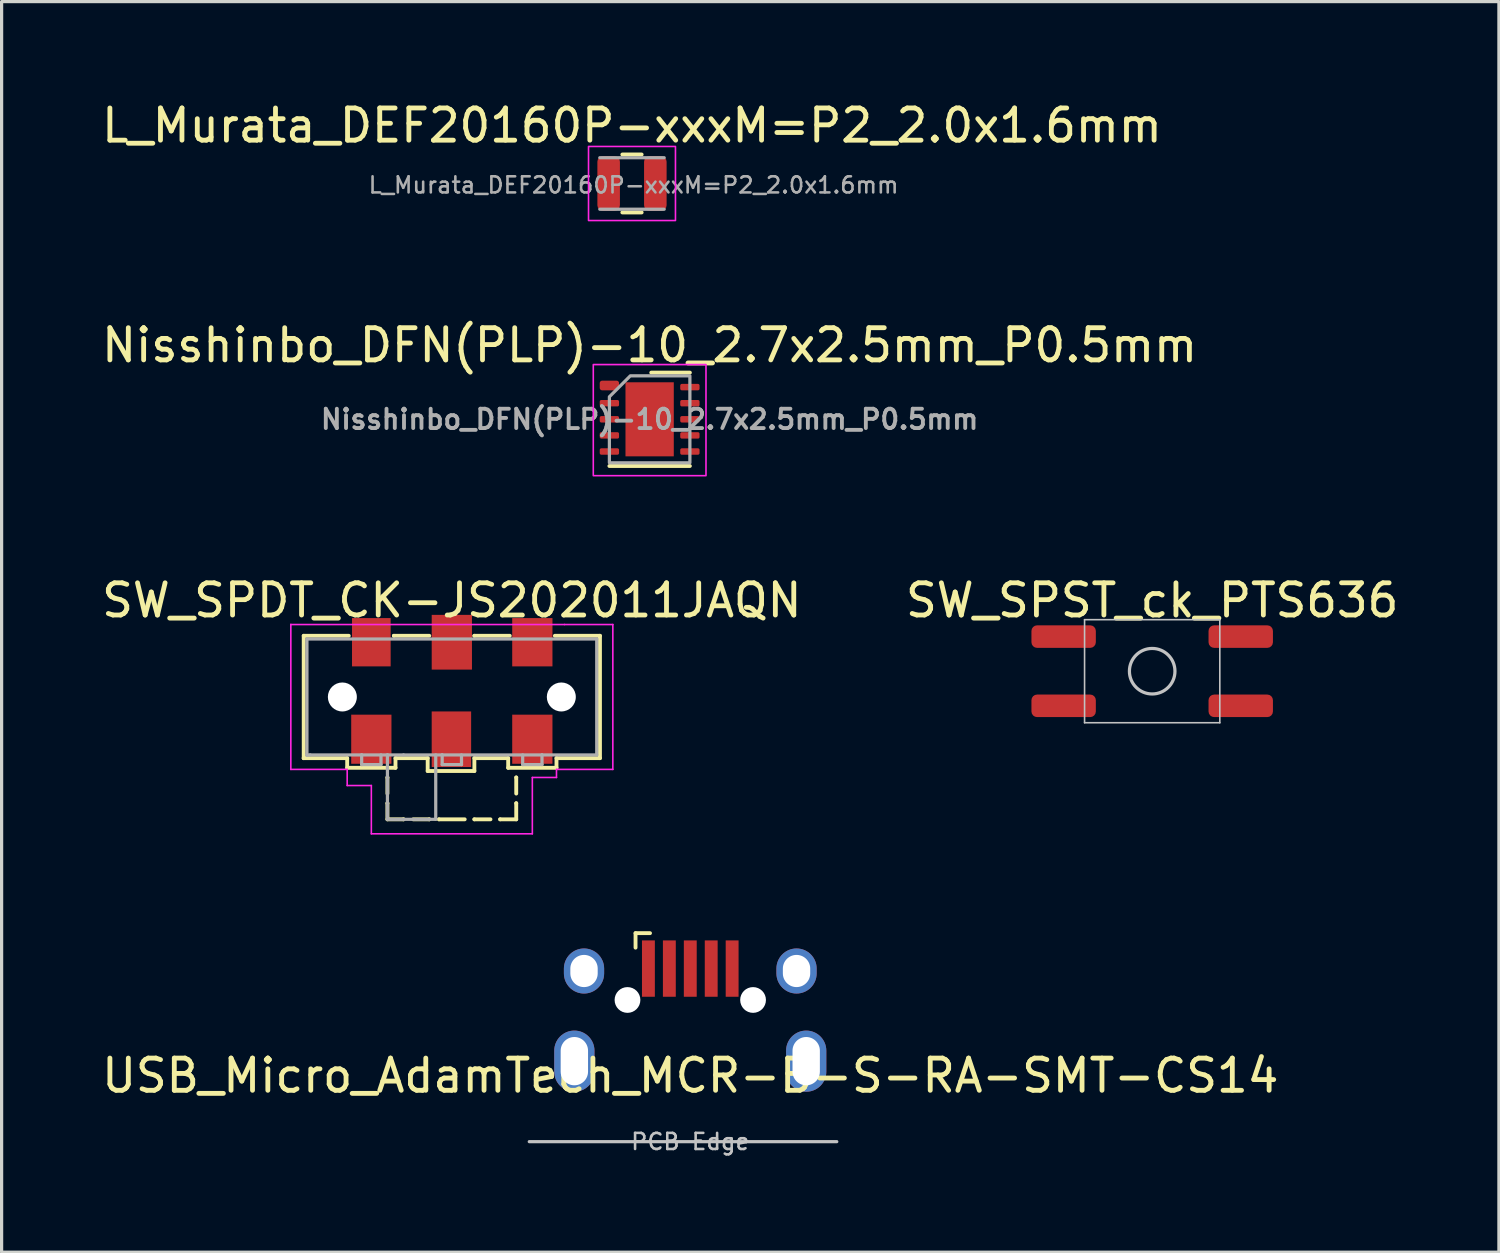
<source format=kicad_pcb>
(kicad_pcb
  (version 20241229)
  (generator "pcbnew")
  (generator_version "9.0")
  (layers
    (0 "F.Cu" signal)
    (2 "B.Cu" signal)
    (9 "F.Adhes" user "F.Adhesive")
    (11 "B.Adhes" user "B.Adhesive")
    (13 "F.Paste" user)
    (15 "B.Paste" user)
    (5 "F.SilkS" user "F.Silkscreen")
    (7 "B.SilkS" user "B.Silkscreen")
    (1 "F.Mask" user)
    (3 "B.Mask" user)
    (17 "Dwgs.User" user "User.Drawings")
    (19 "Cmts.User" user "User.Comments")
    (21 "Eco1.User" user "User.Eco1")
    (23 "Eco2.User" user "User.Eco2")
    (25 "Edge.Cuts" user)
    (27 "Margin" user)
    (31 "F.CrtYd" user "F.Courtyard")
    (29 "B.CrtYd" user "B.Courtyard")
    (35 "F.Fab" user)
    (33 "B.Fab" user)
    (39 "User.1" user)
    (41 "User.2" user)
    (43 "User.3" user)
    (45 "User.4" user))
  (footprint "SW_SPST_ck_PTS636"
    (layer "F.Cu")
    (at 32.732 17.795)
    (property "Reference" "SW_SPST_ck_PTS636" (at 0 -2.2 0) (unlocked yes) (layer "F.SilkS") (effects (font (size 1 1) (thickness 0.15))))
    (attr smd)
    (fp_line (start -2.1 -1.6) (end -2.1 1.6) (stroke (width 0.05) (type solid)) (layer "Dwgs.User"))
    (fp_line (start 2.1 -1.6) (end -2.1 -1.6) (stroke (width 0.05) (type solid)) (layer "Dwgs.User"))
    (fp_line (start 2.1 -1.6) (end 2.1 1.6) (stroke (width 0.05) (type solid)) (layer "Dwgs.User"))
    (fp_line (start 2.1 1.6) (end -2.1 1.6) (stroke (width 0.05) (type solid)) (layer "Dwgs.User"))
    (fp_circle (center 0 0) (end 0.707 0) (stroke (width 0.1) (type solid)) (fill no) (layer "Dwgs.User"))
    (pad "1" smd roundrect (at -2.75 -1.075) (size 2 0.7) (layers "F.Cu" "F.Mask" "F.Paste") (roundrect_rratio 0.25))
    (pad "1" smd roundrect (at 2.75 -1.075) (size 2 0.7) (layers "F.Cu" "F.Mask" "F.Paste") (roundrect_rratio 0.25))
    (pad "2" smd roundrect (at -2.75 1.075) (size 2 0.7) (layers "F.Cu" "F.Mask" "F.Paste") (roundrect_rratio 0.25))
    (pad "2" smd roundrect (at 2.75 1.075) (size 2 0.7) (layers "F.Cu" "F.Mask" "F.Paste") (roundrect_rratio 0.25)))
  (footprint "SW_SPDT_CK-JS202011JAQN"
    (layer "F.Cu")
    (at 10.982 18.595)
    (property "Reference" "SW_SPDT_CK-JS202011JAQN" (at 0 -3 0) (unlocked yes) (layer "F.SilkS") (effects (font (size 1 1) (thickness 0.15))))
    (attr smd)
    (fp_line (start -4.6 -1.9) (end -3.2 -1.9) (stroke (width 0.12) (type solid)) (layer "F.SilkS"))
    (fp_line (start -4.6 1.9) (end -4.6 -1.9) (stroke (width 0.12) (type solid)) (layer "F.SilkS"))
    (fp_line (start -4.6 1.9) (end -4.6 1.9) (stroke (width 0.12) (type solid)) (layer "F.SilkS"))
    (fp_line (start -3.25 1.9) (end -4.6 1.9) (stroke (width 0.12) (type solid)) (layer "F.SilkS"))
    (fp_line (start -3.25 2.2) (end -3.25 1.9) (stroke (width 0.12) (type solid)) (layer "F.SilkS"))
    (fp_line (start -2 2.5) (end -2 2.5) (stroke (width 0.12) (type solid)) (layer "F.SilkS"))
    (fp_line (start -2 3) (end -2 2.5) (stroke (width 0.12) (type solid)) (layer "F.SilkS"))
    (fp_line (start -2 3.3) (end -2 3.3) (stroke (width 0.12) (type solid)) (layer "F.SilkS"))
    (fp_line (start -2 3.8) (end -2 3.3) (stroke (width 0.12) (type solid)) (layer "F.SilkS"))
    (fp_line (start -2 3.8) (end -1.5 3.8) (stroke (width 0.12) (type solid)) (layer "F.SilkS"))
    (fp_line (start -1.8 -1.9) (end -1.8 -1.9) (stroke (width 0.12) (type solid)) (layer "F.SilkS"))
    (fp_line (start -1.75 1.9) (end -1.75 2.2) (stroke (width 0.12) (type solid)) (layer "F.SilkS"))
    (fp_line (start -1.75 2.2) (end -3.25 2.2) (stroke (width 0.12) (type solid)) (layer "F.SilkS"))
    (fp_line (start -1.5 3.8) (end -1.5 3.8) (stroke (width 0.12) (type solid)) (layer "F.SilkS"))
    (fp_line (start -1.2 3.8) (end -0.7 3.8) (stroke (width 0.12) (type solid)) (layer "F.SilkS"))
    (fp_line (start -0.75 1.9) (end -1.75 1.9) (stroke (width 0.12) (type solid)) (layer "F.SilkS"))
    (fp_line (start -0.75 2.3) (end -0.75 1.9) (stroke (width 0.12) (type solid)) (layer "F.SilkS"))
    (fp_line (start -0.7 -1.9) (end -1.8 -1.9) (stroke (width 0.12) (type solid)) (layer "F.SilkS"))
    (fp_line (start -0.7 3.8) (end -0.7 3.8) (stroke (width 0.12) (type solid)) (layer "F.SilkS"))
    (fp_line (start -0.4 3.8) (end -0.4 3.8) (stroke (width 0.12) (type solid)) (layer "F.SilkS"))
    (fp_line (start 0.4 3.8) (end -0.4 3.8) (stroke (width 0.12) (type solid)) (layer "F.SilkS"))
    (fp_line (start 0.7 -1.9) (end 0.7 -1.9) (stroke (width 0.12) (type solid)) (layer "F.SilkS"))
    (fp_line (start 0.7 1.9) (end 0.7 2.3) (stroke (width 0.12) (type solid)) (layer "F.SilkS"))
    (fp_line (start 0.7 2.3) (end -0.75 2.3) (stroke (width 0.12) (type solid)) (layer "F.SilkS"))
    (fp_line (start 0.7 3.8) (end 0.7 3.8) (stroke (width 0.12) (type solid)) (layer "F.SilkS"))
    (fp_line (start 1.2 3.8) (end 0.7 3.8) (stroke (width 0.12) (type solid)) (layer "F.SilkS"))
    (fp_line (start 1.5 3.8) (end 1.5 3.8) (stroke (width 0.12) (type solid)) (layer "F.SilkS"))
    (fp_line (start 1.75 1.9) (end 0.7 1.9) (stroke (width 0.12) (type solid)) (layer "F.SilkS"))
    (fp_line (start 1.75 2.2) (end 1.75 1.9) (stroke (width 0.12) (type solid)) (layer "F.SilkS"))
    (fp_line (start 1.8 -1.9) (end 0.7 -1.9) (stroke (width 0.12) (type solid)) (layer "F.SilkS"))
    (fp_line (start 2 2.5) (end 2 2.5) (stroke (width 0.12) (type solid)) (layer "F.SilkS"))
    (fp_line (start 2 3) (end 2 2.5) (stroke (width 0.12) (type solid)) (layer "F.SilkS"))
    (fp_line (start 2 3.3) (end 2 3.3) (stroke (width 0.12) (type solid)) (layer "F.SilkS"))
    (fp_line (start 2 3.8) (end 1.5 3.8) (stroke (width 0.12) (type solid)) (layer "F.SilkS"))
    (fp_line (start 2 3.8) (end 2 3.3) (stroke (width 0.12) (type solid)) (layer "F.SilkS"))
    (fp_line (start 3.2 -1.9) (end 4.6 -1.9) (stroke (width 0.12) (type solid)) (layer "F.SilkS"))
    (fp_line (start 3.25 1.9) (end 3.25 2.2) (stroke (width 0.12) (type solid)) (layer "F.SilkS"))
    (fp_line (start 3.25 2.2) (end 1.75 2.2) (stroke (width 0.12) (type solid)) (layer "F.SilkS"))
    (fp_line (start 4.6 -1.9) (end 4.6 1.9) (stroke (width 0.12) (type solid)) (layer "F.SilkS"))
    (fp_line (start 4.6 1.9) (end 3.25 1.9) (stroke (width 0.12) (type solid)) (layer "F.SilkS"))
    (fp_line (start -5 -2.25) (end -5 -2.25) (stroke (width 0.05) (type solid)) (layer "F.CrtYd"))
    (fp_line (start -5 -2.25) (end -5 2.25) (stroke (width 0.05) (type solid)) (layer "F.CrtYd"))
    (fp_line (start -5 2.25) (end -3.25 2.25) (stroke (width 0.05) (type solid)) (layer "F.CrtYd"))
    (fp_line (start -3.25 2.25) (end -3.25 2.75) (stroke (width 0.05) (type solid)) (layer "F.CrtYd"))
    (fp_line (start -3.25 2.75) (end -2.5 2.75) (stroke (width 0.05) (type solid)) (layer "F.CrtYd"))
    (fp_line (start -2.5 2.75) (end -2.5 4.25) (stroke (width 0.05) (type solid)) (layer "F.CrtYd"))
    (fp_line (start -2.5 4.25) (end 2.5 4.25) (stroke (width 0.05) (type solid)) (layer "F.CrtYd"))
    (fp_line (start 2.5 2.5) (end 3.25 2.5) (stroke (width 0.05) (type solid)) (layer "F.CrtYd"))
    (fp_line (start 2.5 4.25) (end 2.5 2.5) (stroke (width 0.05) (type solid)) (layer "F.CrtYd"))
    (fp_line (start 3.25 2.25) (end 5 2.25) (stroke (width 0.05) (type solid)) (layer "F.CrtYd"))
    (fp_line (start 3.25 2.5) (end 3.25 2.25) (stroke (width 0.05) (type solid)) (layer "F.CrtYd"))
    (fp_line (start 3.5 -2.25) (end -5 -2.25) (stroke (width 0.05) (type solid)) (layer "F.CrtYd"))
    (fp_line (start 5 -2.25) (end 3.5 -2.25) (stroke (width 0.05) (type solid)) (layer "F.CrtYd"))
    (fp_line (start 5 2.25) (end 5 -2.25) (stroke (width 0.05) (type solid)) (layer "F.CrtYd"))
    (fp_line (start -4.5 -1.8) (end -4.5 1.8) (stroke (width 0.1) (type solid)) (layer "F.Fab"))
    (fp_line (start -4.5 -1.8) (end 4.5 -1.8) (stroke (width 0.1) (type solid)) (layer "F.Fab"))
    (fp_line (start -4.5 1.8) (end -4.5 1.8) (stroke (width 0.1) (type solid)) (layer "F.Fab"))
    (fp_line (start -4.5 1.8) (end -4.5 1.8) (stroke (width 0.1) (type solid)) (layer "F.Fab"))
    (fp_line (start -4.4 1.8) (end -4.5 1.8) (stroke (width 0.1) (type solid)) (layer "F.Fab"))
    (fp_line (start -2.8 1.8) (end -2.8 1.8) (stroke (width 0.1) (type solid)) (layer "F.Fab"))
    (fp_line (start -2.8 2.1) (end -2.8 1.8) (stroke (width 0.1) (type solid)) (layer "F.Fab"))
    (fp_line (start -2.2 1.8) (end -2.2 2.1) (stroke (width 0.1) (type solid)) (layer "F.Fab"))
    (fp_line (start -2.2 2.1) (end -2.8 2.1) (stroke (width 0.1) (type solid)) (layer "F.Fab"))
    (fp_line (start -2 1.8) (end -2 1.8) (stroke (width 0.1) (type solid)) (layer "F.Fab"))
    (fp_line (start -2 3.8) (end -2 1.8) (stroke (width 0.1) (type solid)) (layer "F.Fab"))
    (fp_line (start -1.5 1.8) (end -1.5 1.8) (stroke (width 0.1) (type solid)) (layer "F.Fab"))
    (fp_line (start -0.5 1.8) (end -0.5 3.8) (stroke (width 0.1) (type solid)) (layer "F.Fab"))
    (fp_line (start -0.5 3.8) (end -2 3.8) (stroke (width 0.1) (type solid)) (layer "F.Fab"))
    (fp_line (start -0.3 1.8) (end -0.3 1.8) (stroke (width 0.1) (type solid)) (layer "F.Fab"))
    (fp_line (start -0.3 2.1) (end -0.3 1.8) (stroke (width 0.1) (type solid)) (layer "F.Fab"))
    (fp_line (start 0.3 1.8) (end 0.3 2.1) (stroke (width 0.1) (type solid)) (layer "F.Fab"))
    (fp_line (start 0.3 2.1) (end -0.3 2.1) (stroke (width 0.1) (type solid)) (layer "F.Fab"))
    (fp_line (start 2.2 1.8) (end 2.2 2.1) (stroke (width 0.1) (type solid)) (layer "F.Fab"))
    (fp_line (start 2.2 2.1) (end 2.8 2.1) (stroke (width 0.1) (type solid)) (layer "F.Fab"))
    (fp_line (start 2.8 1.8) (end 2.8 1.8) (stroke (width 0.1) (type solid)) (layer "F.Fab"))
    (fp_line (start 2.8 2.1) (end 2.8 1.8) (stroke (width 0.1) (type solid)) (layer "F.Fab"))
    (fp_line (start 4.5 -1.8) (end 4.5 1.8) (stroke (width 0.1) (type solid)) (layer "F.Fab"))
    (fp_line (start 4.5 1.8) (end -4.4 1.8) (stroke (width 0.1) (type solid)) (layer "F.Fab"))
    (pad "" np_thru_hole circle (at -3.4 0) (size 0.9 0.9) (drill 0.9) (layers "*.Cu" "*.Mask"))
    (pad "" np_thru_hole circle (at 3.4 0) (size 0.9 0.9) (drill 0.9) (layers "*.Cu" "*.Mask"))
    (pad "1" smd rect (at -2.5 -1.7) (size 1.2 1.5) (layers "F.Cu" "F.Mask" "F.Paste"))
    (pad "2" smd rect (at 0 -1.7) (size 1.25 1.7) (layers "F.Cu" "F.Mask" "F.Paste"))
    (pad "3" smd rect (at 2.5 -1.7) (size 1.25 1.5) (layers "F.Cu" "F.Mask" "F.Paste"))
    (pad "4" smd rect (at -2.5 1.312) (size 1.25 1.525) (layers "F.Cu" "F.Mask" "F.Paste"))
    (pad "5" smd rect (at -0.013 1.312) (size 1.225 1.725) (layers "F.Cu" "F.Mask" "F.Paste"))
    (pad "6" smd rect (at 2.5 1.312) (size 1.25 1.525) (layers "F.Cu" "F.Mask" "F.Paste")))
  (footprint "L_Murata_DEF20160P-xxxM=P2_2.0x1.6mm"
    (layer "F.Cu")
    (at 16.577 2.648)
    (property "Reference" "L_Murata_DEF20160P-xxxM=P2_2.0x1.6mm" (at 0 -1.8 0) (unlocked yes) (layer "F.SilkS") (effects (font (size 1 1) (thickness 0.15))))
    (attr smd)
    (fp_line (start -0.3 -0.9) (end 0.3 -0.9) (stroke (width 0.12) (type solid)) (layer "F.SilkS"))
    (fp_line (start -0.3 0.9) (end 0.3 0.9) (stroke (width 0.12) (type solid)) (layer "F.SilkS"))
    (fp_rect (start -1.35 -1.15) (end 1.35 1.15) (stroke (width 0.05) (type solid)) (fill no) (layer "F.CrtYd"))
    (fp_line (start -1 -0.8) (end 1 -0.8) (stroke (width 0.1) (type solid)) (layer "F.Fab"))
    (fp_line (start -1 0.8) (end 1 0.8) (stroke (width 0.1) (type solid)) (layer "F.Fab"))
    (fp_text user "${REFERENCE}" (at 0.05 0.05 0) (layer "F.Fab") (effects (font (size 0.5 0.5) (thickness 0.08))))
    (pad "1" smd roundrect (at 0.725 0) (size 0.7 1.7) (layers "F.Cu" "F.Mask" "F.Paste") (roundrect_rratio 0.25))
    (pad "2" smd roundrect (at -0.725 0) (size 0.7 1.7) (layers "F.Cu" "F.Mask" "F.Paste") (roundrect_rratio 0.25)))
  (footprint "Nisshinbo_DFN(PLP)-10_2.7x2.5mm_P0.5mm"
    (layer "F.Cu")
    (at 17.125 9.972)
    (property "Reference" "Nisshinbo_DFN(PLP)-10_2.7x2.5mm_P0.5mm" (at 0 -2.3 0) (unlocked yes) (layer "F.SilkS") (effects (font (size 1 1) (thickness 0.15))))
    (attr smd)
    (fp_line (start -1.25 1.45) (end 1.25 1.45) (stroke (width 0.12) (type solid)) (layer "F.SilkS"))
    (fp_line (start 0.05 -1.45) (end 1.25 -1.45) (stroke (width 0.12) (type solid)) (layer "F.SilkS"))
    (fp_rect (start 1.75 -1.7) (end -1.75 1.75) (stroke (width 0.05) (type solid)) (fill no) (layer "F.CrtYd"))
    (fp_poly (pts (xy 1.25 1.35) (xy -1.25 1.35) (xy -1.25 -0.7) (xy -0.6 -1.35) (xy 1.25 -1.35)) (stroke (width 0.1) (type solid)) (fill no) (layer "F.Fab"))
    (fp_text user "${REFERENCE}" (at 0 0 0) (unlocked yes) (layer "F.Fab") (effects (font (size 0.6 0.6) (thickness 0.12))))
    (pad "1" smd roundrect (at -1.25 -1.05 270) (size 0.3 0.6) (layers "F.Cu" "F.Mask" "F.Paste") (roundrect_rratio 0.25))
    (pad "2" smd roundrect (at -1.25 -0.5 270) (size 0.2 0.6) (layers "F.Cu" "F.Mask" "F.Paste") (roundrect_rratio 0.25))
    (pad "3" smd roundrect (at -1.25 0 270) (size 0.2 0.6) (layers "F.Cu" "F.Mask" "F.Paste") (roundrect_rratio 0.25))
    (pad "4" smd roundrect (at -1.25 0.5 270) (size 0.2 0.6) (layers "F.Cu" "F.Mask" "F.Paste") (roundrect_rratio 0.25))
    (pad "5" smd roundrect (at -1.25 1 270) (size 0.2 0.6) (layers "F.Cu" "F.Mask" "F.Paste") (roundrect_rratio 0.25))
    (pad "6" smd roundrect (at 1.25 1 270) (size 0.2 0.6) (layers "F.Cu" "F.Mask" "F.Paste") (roundrect_rratio 0.25))
    (pad "7" smd roundrect (at 1.25 0.5 270) (size 0.2 0.6) (layers "F.Cu" "F.Mask" "F.Paste") (roundrect_rratio 0.25))
    (pad "8" smd roundrect (at 1.25 0 270) (size 0.2 0.6) (layers "F.Cu" "F.Mask" "F.Paste") (roundrect_rratio 0.25))
    (pad "9" smd roundrect (at 1.25 -0.5 270) (size 0.2 0.6) (layers "F.Cu" "F.Mask" "F.Paste") (roundrect_rratio 0.25))
    (pad "10" smd roundrect (at 1.25 -1 270) (size 0.2 0.6) (layers "F.Cu" "F.Mask" "F.Paste") (roundrect_rratio 0.25))
    (pad "11" smd rect (at 0 0 270) (size 2.3 1.5) (layers "F.Cu" "F.Mask" "F.Paste")))
  (footprint "USB_Micro_AdamTech_MCR-B-S-RA-SMT-CS14"
    (layer "F.Cu")
    (at 18.387 32.355)
    (property "Reference" "USB_Micro_AdamTech_MCR-B-S-RA-SMT-CS14" (at 0 -2 0) (unlocked yes) (layer "F.SilkS") (effects (font (size 1 1) (thickness 0.15))))
    (attr smd)
    (fp_line (start -1.7 -5.975) (end -1.7 -6.425) (stroke (width 0.12) (type solid)) (layer "F.SilkS"))
    (fp_line (start -1.25 -6.425) (end -1.7 -6.425) (stroke (width 0.12) (type solid)) (layer "F.SilkS"))
    (fp_line (start 4.55 0.05) (end -5 0.05) (stroke (width 0.1) (type solid)) (layer "Dwgs.User"))
    (fp_text user "PCB Edge" (at 0 0.05 0) (layer "Dwgs.User") (effects (font (size 0.5 0.5) (thickness 0.08))))
    (pad "" np_thru_hole circle (at -1.95 -4.35) (size 0.8 0.8) (drill 0.8) (layers "*.Cu" "*.Mask"))
    (pad "" np_thru_hole circle (at 1.95 -4.35) (size 0.8 0.8) (drill 0.8) (layers "*.Cu" "*.Mask"))
    (pad "1" smd rect (at -1.3 -5.325) (size 0.4 1.75) (layers "F.Cu" "F.Mask" "F.Paste"))
    (pad "2" smd rect (at -0.65 -5.325) (size 0.4 1.75) (layers "F.Cu" "F.Mask" "F.Paste"))
    (pad "3" smd rect (at 0 -5.325) (size 0.4 1.75) (layers "F.Cu" "F.Mask" "F.Paste"))
    (pad "4" smd rect (at 0.65 -5.325) (size 0.4 1.75) (layers "F.Cu" "F.Mask" "F.Paste"))
    (pad "5" smd rect (at 1.3 -5.325) (size 0.4 1.75) (layers "F.Cu" "F.Mask" "F.Paste"))
    (pad "6" thru_hole oval (at -3.6 -2.45) (size 1.25 1.9) (drill oval 0.85 1.5) (layers "*.Cu" "*.Mask"))
    (pad "6" thru_hole oval (at -3.3 -5.25) (size 1.25 1.4) (drill oval 0.85 1) (layers "*.Cu" "*.Mask"))
    (pad "6" thru_hole oval (at 3.3 -5.25) (size 1.25 1.4) (drill oval 0.85 1) (layers "*.Cu" "*.Mask"))
    (pad "6" thru_hole oval (at 3.6 -2.45) (size 1.25 1.9) (drill oval 0.85 1.5) (layers "*.Cu" "*.Mask")))
  (gr_rect
    (start -3 -3)
    (end 43.5 35.838)
    (stroke (width 0.1) (type default))
    (fill no)
    (layer "Edge.Cuts")))
</source>
